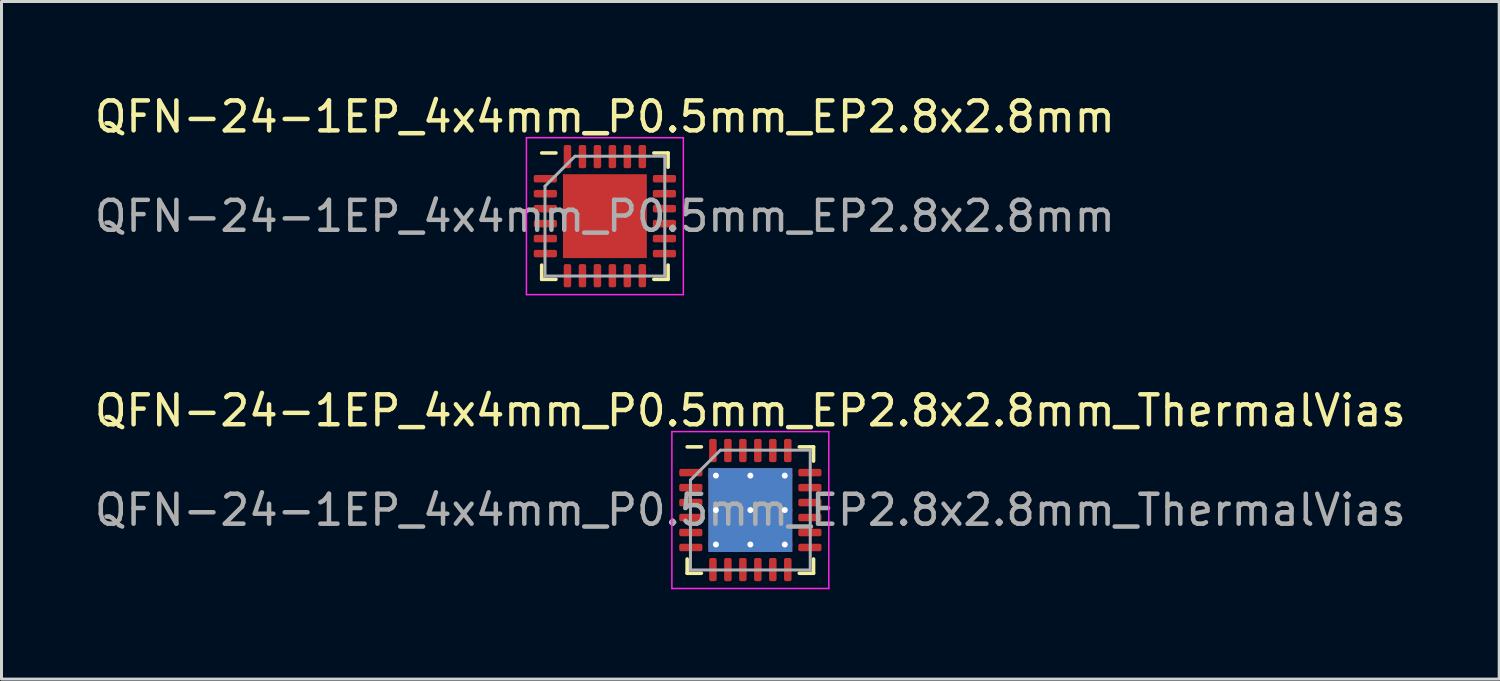
<source format=kicad_pcb>
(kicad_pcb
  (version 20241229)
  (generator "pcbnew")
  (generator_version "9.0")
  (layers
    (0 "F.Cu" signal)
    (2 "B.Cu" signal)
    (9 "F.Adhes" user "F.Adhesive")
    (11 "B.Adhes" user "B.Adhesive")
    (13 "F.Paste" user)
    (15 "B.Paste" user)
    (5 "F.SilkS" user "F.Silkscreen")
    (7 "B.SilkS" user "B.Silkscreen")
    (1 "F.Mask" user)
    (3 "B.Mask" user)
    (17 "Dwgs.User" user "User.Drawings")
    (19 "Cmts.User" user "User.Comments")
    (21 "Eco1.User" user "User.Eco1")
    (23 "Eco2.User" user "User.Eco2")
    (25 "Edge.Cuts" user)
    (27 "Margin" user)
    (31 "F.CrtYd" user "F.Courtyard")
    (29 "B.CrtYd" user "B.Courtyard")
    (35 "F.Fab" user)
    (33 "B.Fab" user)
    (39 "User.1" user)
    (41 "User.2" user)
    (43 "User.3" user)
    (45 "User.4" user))
  (footprint "QFN-24-1EP_4x4mm_P0.5mm_EP2.8x2.8mm"
    (layer "F.Cu")
    (at 17.149 4.168)
    (property "Reference" "QFN-24-1EP_4x4mm_P0.5mm_EP2.8x2.8mm" (at 0 -3.32 0) (layer "F.SilkS") (effects (font (size 1 1) (thickness 0.15))))
    (attr smd)
    (fp_line (start -2.11 2.11) (end -2.11 1.635) (stroke (width 0.12) (type solid)) (layer "F.SilkS"))
    (fp_line (start -1.635 -2.11) (end -2.11 -2.11) (stroke (width 0.12) (type solid)) (layer "F.SilkS"))
    (fp_line (start -1.635 2.11) (end -2.11 2.11) (stroke (width 0.12) (type solid)) (layer "F.SilkS"))
    (fp_line (start 1.635 -2.11) (end 2.11 -2.11) (stroke (width 0.12) (type solid)) (layer "F.SilkS"))
    (fp_line (start 1.635 2.11) (end 2.11 2.11) (stroke (width 0.12) (type solid)) (layer "F.SilkS"))
    (fp_line (start 2.11 -2.11) (end 2.11 -1.635) (stroke (width 0.12) (type solid)) (layer "F.SilkS"))
    (fp_line (start 2.11 2.11) (end 2.11 1.635) (stroke (width 0.12) (type solid)) (layer "F.SilkS"))
    (fp_line (start -2.62 -2.62) (end -2.62 2.62) (stroke (width 0.05) (type solid)) (layer "F.CrtYd"))
    (fp_line (start -2.62 2.62) (end 2.62 2.62) (stroke (width 0.05) (type solid)) (layer "F.CrtYd"))
    (fp_line (start 2.62 -2.62) (end -2.62 -2.62) (stroke (width 0.05) (type solid)) (layer "F.CrtYd"))
    (fp_line (start 2.62 2.62) (end 2.62 -2.62) (stroke (width 0.05) (type solid)) (layer "F.CrtYd"))
    (fp_line (start -2 -1) (end -1 -2) (stroke (width 0.1) (type solid)) (layer "F.Fab"))
    (fp_line (start -2 2) (end -2 -1) (stroke (width 0.1) (type solid)) (layer "F.Fab"))
    (fp_line (start -1 -2) (end 2 -2) (stroke (width 0.1) (type solid)) (layer "F.Fab"))
    (fp_line (start 2 -2) (end 2 2) (stroke (width 0.1) (type solid)) (layer "F.Fab"))
    (fp_line (start 2 2) (end -2 2) (stroke (width 0.1) (type solid)) (layer "F.Fab"))
    (fp_text user "${REFERENCE}" (at 0 0 0) (layer "F.Fab") (effects (font (size 1 1) (thickness 0.15))))
    (pad "" smd roundrect (at -0.7 -0.7) (size 1.13 1.13) (layers "F.Paste") (roundrect_rratio 0.221))
    (pad "" smd roundrect (at -0.7 0.7) (size 1.13 1.13) (layers "F.Paste") (roundrect_rratio 0.221))
    (pad "" smd roundrect (at 0.7 -0.7) (size 1.13 1.13) (layers "F.Paste") (roundrect_rratio 0.221))
    (pad "" smd roundrect (at 0.7 0.7) (size 1.13 1.13) (layers "F.Paste") (roundrect_rratio 0.221))
    (pad "1" smd roundrect (at -1.988 -1.25) (size 0.775 0.25) (layers "F.Cu" "F.Mask" "F.Paste") (roundrect_rratio 0.25))
    (pad "2" smd roundrect (at -1.988 -0.75) (size 0.775 0.25) (layers "F.Cu" "F.Mask" "F.Paste") (roundrect_rratio 0.25))
    (pad "3" smd roundrect (at -1.988 -0.25) (size 0.775 0.25) (layers "F.Cu" "F.Mask" "F.Paste") (roundrect_rratio 0.25))
    (pad "4" smd roundrect (at -1.988 0.25) (size 0.775 0.25) (layers "F.Cu" "F.Mask" "F.Paste") (roundrect_rratio 0.25))
    (pad "5" smd roundrect (at -1.988 0.75) (size 0.775 0.25) (layers "F.Cu" "F.Mask" "F.Paste") (roundrect_rratio 0.25))
    (pad "6" smd roundrect (at -1.988 1.25) (size 0.775 0.25) (layers "F.Cu" "F.Mask" "F.Paste") (roundrect_rratio 0.25))
    (pad "7" smd roundrect (at -1.25 1.988) (size 0.25 0.775) (layers "F.Cu" "F.Mask" "F.Paste") (roundrect_rratio 0.25))
    (pad "8" smd roundrect (at -0.75 1.988) (size 0.25 0.775) (layers "F.Cu" "F.Mask" "F.Paste") (roundrect_rratio 0.25))
    (pad "9" smd roundrect (at -0.25 1.988) (size 0.25 0.775) (layers "F.Cu" "F.Mask" "F.Paste") (roundrect_rratio 0.25))
    (pad "10" smd roundrect (at 0.25 1.988) (size 0.25 0.775) (layers "F.Cu" "F.Mask" "F.Paste") (roundrect_rratio 0.25))
    (pad "11" smd roundrect (at 0.75 1.988) (size 0.25 0.775) (layers "F.Cu" "F.Mask" "F.Paste") (roundrect_rratio 0.25))
    (pad "12" smd roundrect (at 1.25 1.988) (size 0.25 0.775) (layers "F.Cu" "F.Mask" "F.Paste") (roundrect_rratio 0.25))
    (pad "13" smd roundrect (at 1.988 1.25) (size 0.775 0.25) (layers "F.Cu" "F.Mask" "F.Paste") (roundrect_rratio 0.25))
    (pad "14" smd roundrect (at 1.988 0.75) (size 0.775 0.25) (layers "F.Cu" "F.Mask" "F.Paste") (roundrect_rratio 0.25))
    (pad "15" smd roundrect (at 1.988 0.25) (size 0.775 0.25) (layers "F.Cu" "F.Mask" "F.Paste") (roundrect_rratio 0.25))
    (pad "16" smd roundrect (at 1.988 -0.25) (size 0.775 0.25) (layers "F.Cu" "F.Mask" "F.Paste") (roundrect_rratio 0.25))
    (pad "17" smd roundrect (at 1.988 -0.75) (size 0.775 0.25) (layers "F.Cu" "F.Mask" "F.Paste") (roundrect_rratio 0.25))
    (pad "18" smd roundrect (at 1.988 -1.25) (size 0.775 0.25) (layers "F.Cu" "F.Mask" "F.Paste") (roundrect_rratio 0.25))
    (pad "19" smd roundrect (at 1.25 -1.988) (size 0.25 0.775) (layers "F.Cu" "F.Mask" "F.Paste") (roundrect_rratio 0.25))
    (pad "20" smd roundrect (at 0.75 -1.988) (size 0.25 0.775) (layers "F.Cu" "F.Mask" "F.Paste") (roundrect_rratio 0.25))
    (pad "21" smd roundrect (at 0.25 -1.988) (size 0.25 0.775) (layers "F.Cu" "F.Mask" "F.Paste") (roundrect_rratio 0.25))
    (pad "22" smd roundrect (at -0.25 -1.988) (size 0.25 0.775) (layers "F.Cu" "F.Mask" "F.Paste") (roundrect_rratio 0.25))
    (pad "23" smd roundrect (at -0.75 -1.988) (size 0.25 0.775) (layers "F.Cu" "F.Mask" "F.Paste") (roundrect_rratio 0.25))
    (pad "24" smd roundrect (at -1.25 -1.988) (size 0.25 0.775) (layers "F.Cu" "F.Mask" "F.Paste") (roundrect_rratio 0.25))
    (pad "25" smd rect (at 0 0) (size 2.8 2.8) (layers "F.Cu" "F.Mask")))
  (footprint "QFN-24-1EP_4x4mm_P0.5mm_EP2.8x2.8mm_ThermalVias"
    (layer "F.Cu")
    (at 22.006 13.982)
    (property "Reference" "QFN-24-1EP_4x4mm_P0.5mm_EP2.8x2.8mm_ThermalVias" (at 0 -3.32 0) (layer "F.SilkS") (effects (font (size 1 1) (thickness 0.15))))
    (attr smd)
    (fp_line (start -2.11 2.11) (end -2.11 1.635) (stroke (width 0.12) (type solid)) (layer "F.SilkS"))
    (fp_line (start -1.635 -2.11) (end -2.11 -2.11) (stroke (width 0.12) (type solid)) (layer "F.SilkS"))
    (fp_line (start -1.635 2.11) (end -2.11 2.11) (stroke (width 0.12) (type solid)) (layer "F.SilkS"))
    (fp_line (start 1.635 -2.11) (end 2.11 -2.11) (stroke (width 0.12) (type solid)) (layer "F.SilkS"))
    (fp_line (start 1.635 2.11) (end 2.11 2.11) (stroke (width 0.12) (type solid)) (layer "F.SilkS"))
    (fp_line (start 2.11 -2.11) (end 2.11 -1.635) (stroke (width 0.12) (type solid)) (layer "F.SilkS"))
    (fp_line (start 2.11 2.11) (end 2.11 1.635) (stroke (width 0.12) (type solid)) (layer "F.SilkS"))
    (fp_line (start -2.62 -2.62) (end -2.62 2.62) (stroke (width 0.05) (type solid)) (layer "F.CrtYd"))
    (fp_line (start -2.62 2.62) (end 2.62 2.62) (stroke (width 0.05) (type solid)) (layer "F.CrtYd"))
    (fp_line (start 2.62 -2.62) (end -2.62 -2.62) (stroke (width 0.05) (type solid)) (layer "F.CrtYd"))
    (fp_line (start 2.62 2.62) (end 2.62 -2.62) (stroke (width 0.05) (type solid)) (layer "F.CrtYd"))
    (fp_line (start -2 -1) (end -1 -2) (stroke (width 0.1) (type solid)) (layer "F.Fab"))
    (fp_line (start -2 2) (end -2 -1) (stroke (width 0.1) (type solid)) (layer "F.Fab"))
    (fp_line (start -1 -2) (end 2 -2) (stroke (width 0.1) (type solid)) (layer "F.Fab"))
    (fp_line (start 2 -2) (end 2 2) (stroke (width 0.1) (type solid)) (layer "F.Fab"))
    (fp_line (start 2 2) (end -2 2) (stroke (width 0.1) (type solid)) (layer "F.Fab"))
    (fp_text user "${REFERENCE}" (at 0 0 0) (layer "F.Fab") (effects (font (size 1 1) (thickness 0.15))))
    (pad "" smd roundrect (at -0.7 -0.7) (size 1.21 1.21) (layers "F.Paste") (roundrect_rratio 0.207))
    (pad "" smd roundrect (at -0.7 0.7) (size 1.21 1.21) (layers "F.Paste") (roundrect_rratio 0.207))
    (pad "" smd roundrect (at 0.7 -0.7) (size 1.21 1.21) (layers "F.Paste") (roundrect_rratio 0.207))
    (pad "" smd roundrect (at 0.7 0.7) (size 1.21 1.21) (layers "F.Paste") (roundrect_rratio 0.207))
    (pad "1" smd roundrect (at -1.988 -1.25) (size 0.775 0.25) (layers "F.Cu" "F.Mask" "F.Paste") (roundrect_rratio 0.25))
    (pad "2" smd roundrect (at -1.988 -0.75) (size 0.775 0.25) (layers "F.Cu" "F.Mask" "F.Paste") (roundrect_rratio 0.25))
    (pad "3" smd roundrect (at -1.988 -0.25) (size 0.775 0.25) (layers "F.Cu" "F.Mask" "F.Paste") (roundrect_rratio 0.25))
    (pad "4" smd roundrect (at -1.988 0.25) (size 0.775 0.25) (layers "F.Cu" "F.Mask" "F.Paste") (roundrect_rratio 0.25))
    (pad "5" smd roundrect (at -1.988 0.75) (size 0.775 0.25) (layers "F.Cu" "F.Mask" "F.Paste") (roundrect_rratio 0.25))
    (pad "6" smd roundrect (at -1.988 1.25) (size 0.775 0.25) (layers "F.Cu" "F.Mask" "F.Paste") (roundrect_rratio 0.25))
    (pad "7" smd roundrect (at -1.25 1.988) (size 0.25 0.775) (layers "F.Cu" "F.Mask" "F.Paste") (roundrect_rratio 0.25))
    (pad "8" smd roundrect (at -0.75 1.988) (size 0.25 0.775) (layers "F.Cu" "F.Mask" "F.Paste") (roundrect_rratio 0.25))
    (pad "9" smd roundrect (at -0.25 1.988) (size 0.25 0.775) (layers "F.Cu" "F.Mask" "F.Paste") (roundrect_rratio 0.25))
    (pad "10" smd roundrect (at 0.25 1.988) (size 0.25 0.775) (layers "F.Cu" "F.Mask" "F.Paste") (roundrect_rratio 0.25))
    (pad "11" smd roundrect (at 0.75 1.988) (size 0.25 0.775) (layers "F.Cu" "F.Mask" "F.Paste") (roundrect_rratio 0.25))
    (pad "12" smd roundrect (at 1.25 1.988) (size 0.25 0.775) (layers "F.Cu" "F.Mask" "F.Paste") (roundrect_rratio 0.25))
    (pad "13" smd roundrect (at 1.988 1.25) (size 0.775 0.25) (layers "F.Cu" "F.Mask" "F.Paste") (roundrect_rratio 0.25))
    (pad "14" smd roundrect (at 1.988 0.75) (size 0.775 0.25) (layers "F.Cu" "F.Mask" "F.Paste") (roundrect_rratio 0.25))
    (pad "15" smd roundrect (at 1.988 0.25) (size 0.775 0.25) (layers "F.Cu" "F.Mask" "F.Paste") (roundrect_rratio 0.25))
    (pad "16" smd roundrect (at 1.988 -0.25) (size 0.775 0.25) (layers "F.Cu" "F.Mask" "F.Paste") (roundrect_rratio 0.25))
    (pad "17" smd roundrect (at 1.988 -0.75) (size 0.775 0.25) (layers "F.Cu" "F.Mask" "F.Paste") (roundrect_rratio 0.25))
    (pad "18" smd roundrect (at 1.988 -1.25) (size 0.775 0.25) (layers "F.Cu" "F.Mask" "F.Paste") (roundrect_rratio 0.25))
    (pad "19" smd roundrect (at 1.25 -1.988) (size 0.25 0.775) (layers "F.Cu" "F.Mask" "F.Paste") (roundrect_rratio 0.25))
    (pad "20" smd roundrect (at 0.75 -1.988) (size 0.25 0.775) (layers "F.Cu" "F.Mask" "F.Paste") (roundrect_rratio 0.25))
    (pad "21" smd roundrect (at 0.25 -1.988) (size 0.25 0.775) (layers "F.Cu" "F.Mask" "F.Paste") (roundrect_rratio 0.25))
    (pad "22" smd roundrect (at -0.25 -1.988) (size 0.25 0.775) (layers "F.Cu" "F.Mask" "F.Paste") (roundrect_rratio 0.25))
    (pad "23" smd roundrect (at -0.75 -1.988) (size 0.25 0.775) (layers "F.Cu" "F.Mask" "F.Paste") (roundrect_rratio 0.25))
    (pad "24" smd roundrect (at -1.25 -1.988) (size 0.25 0.775) (layers "F.Cu" "F.Mask" "F.Paste") (roundrect_rratio 0.25))
    (pad "25" thru_hole circle (at -1.15 -1.15) (size 0.5 0.5) (drill 0.2) (layers "*.Cu"))
    (pad "25" thru_hole circle (at -1.15 0) (size 0.5 0.5) (drill 0.2) (layers "*.Cu"))
    (pad "25" thru_hole circle (at -1.15 1.15) (size 0.5 0.5) (drill 0.2) (layers "*.Cu"))
    (pad "25" thru_hole circle (at 0 -1.15) (size 0.5 0.5) (drill 0.2) (layers "*.Cu"))
    (pad "25" thru_hole circle (at 0 0) (size 0.5 0.5) (drill 0.2) (layers "*.Cu"))
    (pad "25" smd rect (at 0 0) (size 2.8 2.8) (layers "F.Cu" "F.Mask"))
    (pad "25" smd rect (at 0 0) (size 2.8 2.8) (layers "B.Cu"))
    (pad "25" thru_hole circle (at 0 1.15) (size 0.5 0.5) (drill 0.2) (layers "*.Cu"))
    (pad "25" thru_hole circle (at 1.15 -1.15) (size 0.5 0.5) (drill 0.2) (layers "*.Cu"))
    (pad "25" thru_hole circle (at 1.15 0) (size 0.5 0.5) (drill 0.2) (layers "*.Cu"))
    (pad "25" thru_hole circle (at 1.15 1.15) (size 0.5 0.5) (drill 0.2) (layers "*.Cu")))
  (gr_rect
    (start -3 -3)
    (end 47.012 19.627)
    (stroke (width 0.1) (type default))
    (fill no)
    (layer "Edge.Cuts")))
</source>
